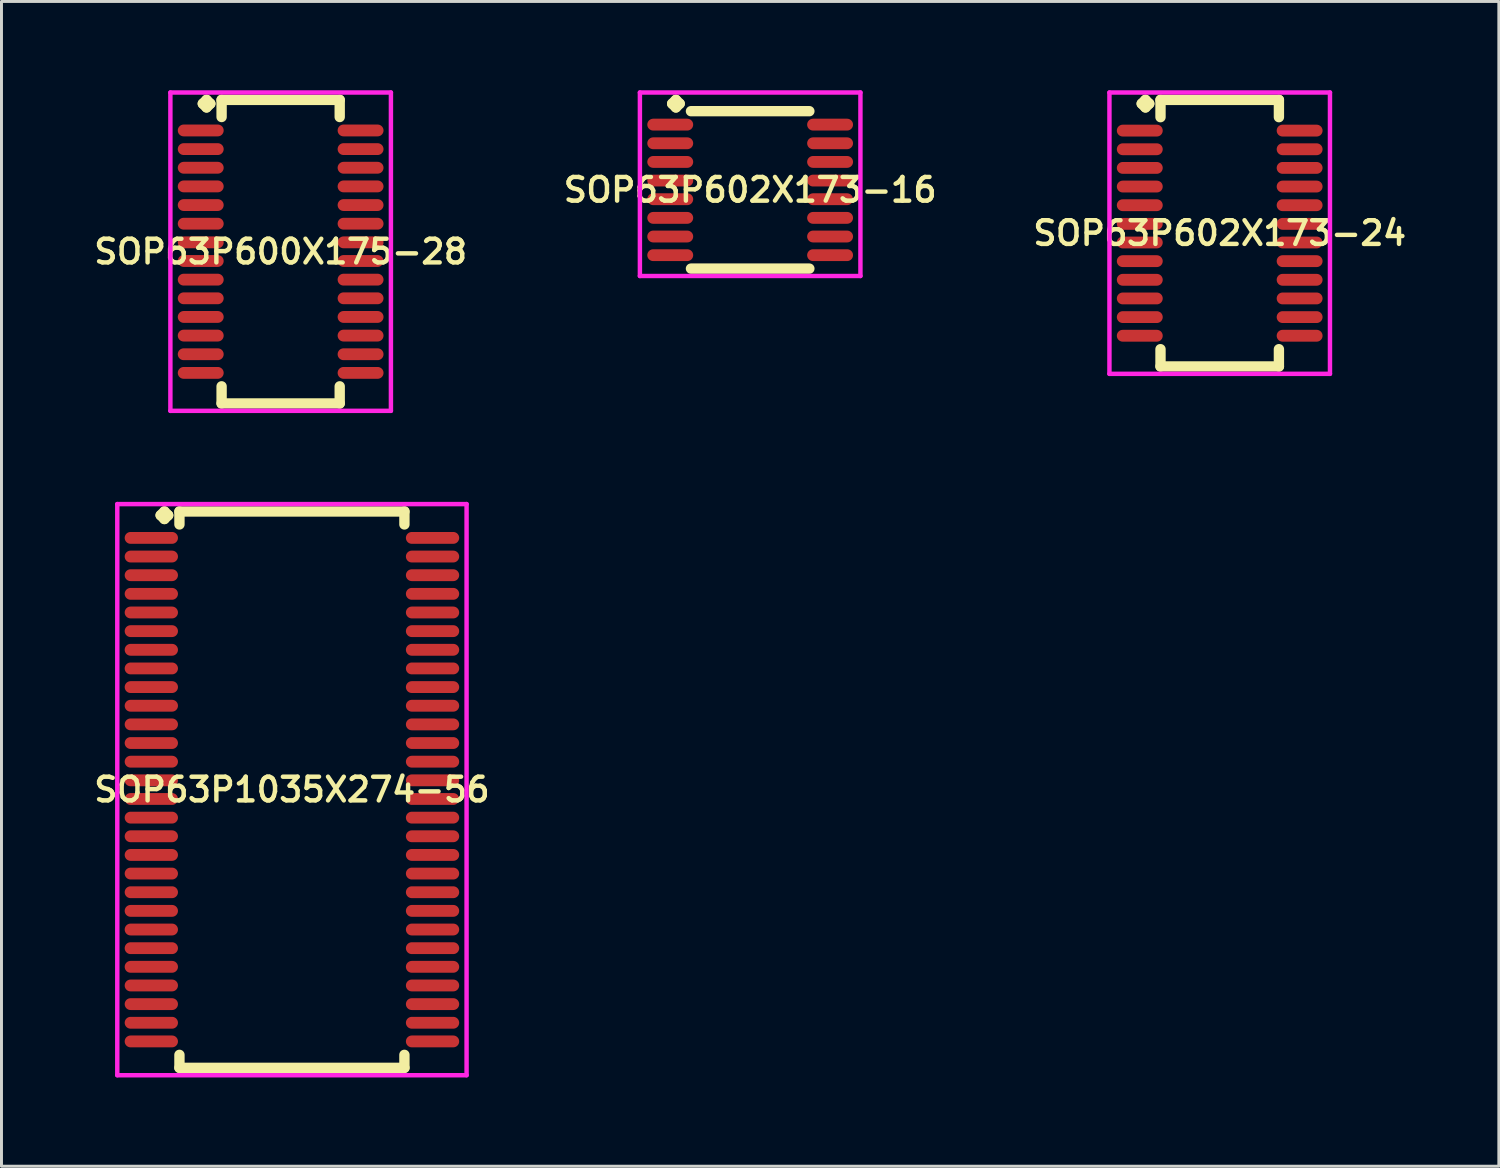
<source format=kicad_pcb>
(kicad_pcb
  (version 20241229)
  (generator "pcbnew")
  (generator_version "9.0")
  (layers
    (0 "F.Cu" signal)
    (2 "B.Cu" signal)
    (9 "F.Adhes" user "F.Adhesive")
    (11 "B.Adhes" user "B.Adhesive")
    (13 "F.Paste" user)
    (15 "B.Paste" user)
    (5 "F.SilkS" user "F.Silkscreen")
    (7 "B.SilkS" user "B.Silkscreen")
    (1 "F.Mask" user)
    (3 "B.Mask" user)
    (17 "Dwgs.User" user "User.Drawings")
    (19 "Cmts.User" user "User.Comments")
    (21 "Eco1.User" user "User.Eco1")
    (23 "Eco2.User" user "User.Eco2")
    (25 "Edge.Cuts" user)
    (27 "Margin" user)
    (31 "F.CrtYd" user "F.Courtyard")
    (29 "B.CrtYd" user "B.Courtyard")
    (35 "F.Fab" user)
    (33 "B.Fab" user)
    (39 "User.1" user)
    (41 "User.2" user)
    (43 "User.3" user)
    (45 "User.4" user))
  (footprint "SOP63P602X173-16"
    (layer "F.Cu")
    (at 22.292 3.365)
    (property "Reference" "SOP63P602X173-16" (at 0 0 0) (layer "F.SilkS") (effects (font (size 0.8 0.8) (thickness 0.15))))
    (attr smd)
    (fp_line (start -2.635 -2.913) (end -2.508 -3.04) (stroke (width 0.35) (type solid)) (layer "F.SilkS"))
    (fp_line (start -2.508 -3.04) (end -2.381 -2.913) (stroke (width 0.35) (type solid)) (layer "F.SilkS"))
    (fp_line (start -2.508 -2.786) (end -2.635 -2.913) (stroke (width 0.35) (type solid)) (layer "F.SilkS"))
    (fp_line (start -2.381 -2.913) (end -2.508 -2.786) (stroke (width 0.35) (type solid)) (layer "F.SilkS"))
    (fp_line (start -2 -2.659) (end 2 -2.659) (stroke (width 0.35) (type solid)) (layer "F.SilkS"))
    (fp_line (start -2 2.659) (end 2 2.659) (stroke (width 0.35) (type solid)) (layer "F.SilkS"))
    (fp_line (start -3.725 -3.29) (end 3.725 -3.29) (stroke (width 0.15) (type solid)) (layer "F.CrtYd"))
    (fp_line (start -3.725 2.909) (end -3.725 -3.29) (stroke (width 0.15) (type solid)) (layer "F.CrtYd"))
    (fp_line (start 3.725 -3.29) (end 3.725 2.909) (stroke (width 0.15) (type solid)) (layer "F.CrtYd"))
    (fp_line (start 3.725 2.909) (end -3.725 2.909) (stroke (width 0.15) (type solid)) (layer "F.CrtYd"))
    (pad "1" smd oval (at -2.7 -2.205) (size 1.55 0.4) (layers "F.Cu" "F.Mask" "F.Paste"))
    (pad "2" smd oval (at -2.7 -1.575) (size 1.55 0.4) (layers "F.Cu" "F.Mask" "F.Paste"))
    (pad "3" smd oval (at -2.7 -0.945) (size 1.55 0.4) (layers "F.Cu" "F.Mask" "F.Paste"))
    (pad "4" smd oval (at -2.7 -0.315) (size 1.55 0.4) (layers "F.Cu" "F.Mask" "F.Paste"))
    (pad "5" smd oval (at -2.7 0.315) (size 1.55 0.4) (layers "F.Cu" "F.Mask" "F.Paste"))
    (pad "6" smd oval (at -2.7 0.945) (size 1.55 0.4) (layers "F.Cu" "F.Mask" "F.Paste"))
    (pad "7" smd oval (at -2.7 1.575) (size 1.55 0.4) (layers "F.Cu" "F.Mask" "F.Paste"))
    (pad "8" smd oval (at -2.7 2.205) (size 1.55 0.4) (layers "F.Cu" "F.Mask" "F.Paste"))
    (pad "9" smd oval (at 2.7 2.205) (size 1.55 0.4) (layers "F.Cu" "F.Mask" "F.Paste"))
    (pad "10" smd oval (at 2.7 1.575) (size 1.55 0.4) (layers "F.Cu" "F.Mask" "F.Paste"))
    (pad "11" smd oval (at 2.7 0.945) (size 1.55 0.4) (layers "F.Cu" "F.Mask" "F.Paste"))
    (pad "12" smd oval (at 2.7 0.315) (size 1.55 0.4) (layers "F.Cu" "F.Mask" "F.Paste"))
    (pad "13" smd oval (at 2.7 -0.315) (size 1.55 0.4) (layers "F.Cu" "F.Mask" "F.Paste"))
    (pad "14" smd oval (at 2.7 -0.945) (size 1.55 0.4) (layers "F.Cu" "F.Mask" "F.Paste"))
    (pad "15" smd oval (at 2.7 -1.575) (size 1.55 0.4) (layers "F.Cu" "F.Mask" "F.Paste"))
    (pad "16" smd oval (at 2.7 -2.205) (size 1.55 0.4) (layers "F.Cu" "F.Mask" "F.Paste")))
  (footprint "SOP63P600X175-28"
    (layer "F.Cu")
    (at 6.431 5.452)
    (property "Reference" "SOP63P600X175-28" (at 0 0 0) (layer "F.SilkS") (effects (font (size 0.8 0.8) (thickness 0.15))))
    (attr smd)
    (fp_line (start -2.63 -5) (end -2.503 -5.127) (stroke (width 0.35) (type solid)) (layer "F.SilkS"))
    (fp_line (start -2.503 -5.127) (end -2.376 -5) (stroke (width 0.35) (type solid)) (layer "F.SilkS"))
    (fp_line (start -2.503 -4.873) (end -2.63 -5) (stroke (width 0.35) (type solid)) (layer "F.SilkS"))
    (fp_line (start -2.376 -5) (end -2.503 -4.873) (stroke (width 0.35) (type solid)) (layer "F.SilkS"))
    (fp_line (start -1.995 -5.127) (end 1.995 -5.127) (stroke (width 0.35) (type solid)) (layer "F.SilkS"))
    (fp_line (start -1.995 -4.549) (end -1.995 -5.127) (stroke (width 0.35) (type solid)) (layer "F.SilkS"))
    (fp_line (start -1.995 4.549) (end -1.995 5.127) (stroke (width 0.35) (type solid)) (layer "F.SilkS"))
    (fp_line (start -1.995 5.127) (end 1.995 5.127) (stroke (width 0.35) (type solid)) (layer "F.SilkS"))
    (fp_line (start 1.995 -5.127) (end 1.995 -4.549) (stroke (width 0.35) (type solid)) (layer "F.SilkS"))
    (fp_line (start 1.995 5.127) (end 1.995 4.549) (stroke (width 0.35) (type solid)) (layer "F.SilkS"))
    (fp_line (start -3.725 -5.377) (end 3.725 -5.377) (stroke (width 0.15) (type solid)) (layer "F.CrtYd"))
    (fp_line (start -3.725 5.377) (end -3.725 -5.377) (stroke (width 0.15) (type solid)) (layer "F.CrtYd"))
    (fp_line (start 3.725 -5.377) (end 3.725 5.377) (stroke (width 0.15) (type solid)) (layer "F.CrtYd"))
    (fp_line (start 3.725 5.377) (end -3.725 5.377) (stroke (width 0.15) (type solid)) (layer "F.CrtYd"))
    (pad "1" smd oval (at -2.7 -4.095) (size 1.55 0.4) (layers "F.Cu" "F.Mask" "F.Paste"))
    (pad "2" smd oval (at -2.7 -3.465) (size 1.55 0.4) (layers "F.Cu" "F.Mask" "F.Paste"))
    (pad "3" smd oval (at -2.7 -2.835) (size 1.55 0.4) (layers "F.Cu" "F.Mask" "F.Paste"))
    (pad "4" smd oval (at -2.7 -2.205) (size 1.55 0.4) (layers "F.Cu" "F.Mask" "F.Paste"))
    (pad "5" smd oval (at -2.7 -1.575) (size 1.55 0.4) (layers "F.Cu" "F.Mask" "F.Paste"))
    (pad "6" smd oval (at -2.7 -0.945) (size 1.55 0.4) (layers "F.Cu" "F.Mask" "F.Paste"))
    (pad "7" smd oval (at -2.7 -0.315) (size 1.55 0.4) (layers "F.Cu" "F.Mask" "F.Paste"))
    (pad "8" smd oval (at -2.7 0.315) (size 1.55 0.4) (layers "F.Cu" "F.Mask" "F.Paste"))
    (pad "9" smd oval (at -2.7 0.945) (size 1.55 0.4) (layers "F.Cu" "F.Mask" "F.Paste"))
    (pad "10" smd oval (at -2.7 1.575) (size 1.55 0.4) (layers "F.Cu" "F.Mask" "F.Paste"))
    (pad "11" smd oval (at -2.7 2.205) (size 1.55 0.4) (layers "F.Cu" "F.Mask" "F.Paste"))
    (pad "12" smd oval (at -2.7 2.835) (size 1.55 0.4) (layers "F.Cu" "F.Mask" "F.Paste"))
    (pad "13" smd oval (at -2.7 3.465) (size 1.55 0.4) (layers "F.Cu" "F.Mask" "F.Paste"))
    (pad "14" smd oval (at -2.7 4.095) (size 1.55 0.4) (layers "F.Cu" "F.Mask" "F.Paste"))
    (pad "15" smd oval (at 2.7 4.095) (size 1.55 0.4) (layers "F.Cu" "F.Mask" "F.Paste"))
    (pad "16" smd oval (at 2.7 3.465) (size 1.55 0.4) (layers "F.Cu" "F.Mask" "F.Paste"))
    (pad "17" smd oval (at 2.7 2.835) (size 1.55 0.4) (layers "F.Cu" "F.Mask" "F.Paste"))
    (pad "18" smd oval (at 2.7 2.205) (size 1.55 0.4) (layers "F.Cu" "F.Mask" "F.Paste"))
    (pad "19" smd oval (at 2.7 1.575) (size 1.55 0.4) (layers "F.Cu" "F.Mask" "F.Paste"))
    (pad "20" smd oval (at 2.7 0.945) (size 1.55 0.4) (layers "F.Cu" "F.Mask" "F.Paste"))
    (pad "21" smd oval (at 2.7 0.315) (size 1.55 0.4) (layers "F.Cu" "F.Mask" "F.Paste"))
    (pad "22" smd oval (at 2.7 -0.315) (size 1.55 0.4) (layers "F.Cu" "F.Mask" "F.Paste"))
    (pad "23" smd oval (at 2.7 -0.945) (size 1.55 0.4) (layers "F.Cu" "F.Mask" "F.Paste"))
    (pad "24" smd oval (at 2.7 -1.575) (size 1.55 0.4) (layers "F.Cu" "F.Mask" "F.Paste"))
    (pad "25" smd oval (at 2.7 -2.205) (size 1.55 0.4) (layers "F.Cu" "F.Mask" "F.Paste"))
    (pad "26" smd oval (at 2.7 -2.835) (size 1.55 0.4) (layers "F.Cu" "F.Mask" "F.Paste"))
    (pad "27" smd oval (at 2.7 -3.465) (size 1.55 0.4) (layers "F.Cu" "F.Mask" "F.Paste"))
    (pad "28" smd oval (at 2.7 -4.095) (size 1.55 0.4) (layers "F.Cu" "F.Mask" "F.Paste")))
  (footprint "SOP63P1035X274-56"
    (layer "F.Cu")
    (at 6.812 23.626)
    (property "Reference" "SOP63P1035X274-56" (at 0 0 0) (layer "F.SilkS") (effects (font (size 0.8 0.8) (thickness 0.15))))
    (attr smd)
    (fp_line (start -4.435 -9.27) (end -4.308 -9.397) (stroke (width 0.35) (type solid)) (layer "F.SilkS"))
    (fp_line (start -4.308 -9.397) (end -4.181 -9.27) (stroke (width 0.35) (type solid)) (layer "F.SilkS"))
    (fp_line (start -4.308 -9.143) (end -4.435 -9.27) (stroke (width 0.35) (type solid)) (layer "F.SilkS"))
    (fp_line (start -4.181 -9.27) (end -4.308 -9.143) (stroke (width 0.35) (type solid)) (layer "F.SilkS"))
    (fp_line (start -3.8 -9.397) (end 3.8 -9.397) (stroke (width 0.35) (type solid)) (layer "F.SilkS"))
    (fp_line (start -3.8 -8.959) (end -3.8 -9.397) (stroke (width 0.35) (type solid)) (layer "F.SilkS"))
    (fp_line (start -3.8 8.959) (end -3.8 9.397) (stroke (width 0.35) (type solid)) (layer "F.SilkS"))
    (fp_line (start -3.8 9.397) (end 3.8 9.397) (stroke (width 0.35) (type solid)) (layer "F.SilkS"))
    (fp_line (start 3.8 -9.397) (end 3.8 -8.959) (stroke (width 0.35) (type solid)) (layer "F.SilkS"))
    (fp_line (start 3.8 9.397) (end 3.8 8.959) (stroke (width 0.35) (type solid)) (layer "F.SilkS"))
    (fp_line (start -5.9 -9.647) (end 5.9 -9.647) (stroke (width 0.15) (type solid)) (layer "F.CrtYd"))
    (fp_line (start -5.9 9.647) (end -5.9 -9.647) (stroke (width 0.15) (type solid)) (layer "F.CrtYd"))
    (fp_line (start 5.9 -9.647) (end 5.9 9.647) (stroke (width 0.15) (type solid)) (layer "F.CrtYd"))
    (fp_line (start 5.9 9.647) (end -5.9 9.647) (stroke (width 0.15) (type solid)) (layer "F.CrtYd"))
    (pad "1" smd oval (at -4.75 -8.505) (size 1.8 0.4) (layers "F.Cu" "F.Mask" "F.Paste"))
    (pad "2" smd oval (at -4.75 -7.875) (size 1.8 0.4) (layers "F.Cu" "F.Mask" "F.Paste"))
    (pad "3" smd oval (at -4.75 -7.245) (size 1.8 0.4) (layers "F.Cu" "F.Mask" "F.Paste"))
    (pad "4" smd oval (at -4.75 -6.615) (size 1.8 0.4) (layers "F.Cu" "F.Mask" "F.Paste"))
    (pad "5" smd oval (at -4.75 -5.985) (size 1.8 0.4) (layers "F.Cu" "F.Mask" "F.Paste"))
    (pad "6" smd oval (at -4.75 -5.355) (size 1.8 0.4) (layers "F.Cu" "F.Mask" "F.Paste"))
    (pad "7" smd oval (at -4.75 -4.725) (size 1.8 0.4) (layers "F.Cu" "F.Mask" "F.Paste"))
    (pad "8" smd oval (at -4.75 -4.095) (size 1.8 0.4) (layers "F.Cu" "F.Mask" "F.Paste"))
    (pad "9" smd oval (at -4.75 -3.465) (size 1.8 0.4) (layers "F.Cu" "F.Mask" "F.Paste"))
    (pad "10" smd oval (at -4.75 -2.835) (size 1.8 0.4) (layers "F.Cu" "F.Mask" "F.Paste"))
    (pad "11" smd oval (at -4.75 -2.205) (size 1.8 0.4) (layers "F.Cu" "F.Mask" "F.Paste"))
    (pad "12" smd oval (at -4.75 -1.575) (size 1.8 0.4) (layers "F.Cu" "F.Mask" "F.Paste"))
    (pad "13" smd oval (at -4.75 -0.945) (size 1.8 0.4) (layers "F.Cu" "F.Mask" "F.Paste"))
    (pad "14" smd oval (at -4.75 -0.315) (size 1.8 0.4) (layers "F.Cu" "F.Mask" "F.Paste"))
    (pad "15" smd oval (at -4.75 0.315) (size 1.8 0.4) (layers "F.Cu" "F.Mask" "F.Paste"))
    (pad "16" smd oval (at -4.75 0.945) (size 1.8 0.4) (layers "F.Cu" "F.Mask" "F.Paste"))
    (pad "17" smd oval (at -4.75 1.575) (size 1.8 0.4) (layers "F.Cu" "F.Mask" "F.Paste"))
    (pad "18" smd oval (at -4.75 2.205) (size 1.8 0.4) (layers "F.Cu" "F.Mask" "F.Paste"))
    (pad "19" smd oval (at -4.75 2.835) (size 1.8 0.4) (layers "F.Cu" "F.Mask" "F.Paste"))
    (pad "20" smd oval (at -4.75 3.465) (size 1.8 0.4) (layers "F.Cu" "F.Mask" "F.Paste"))
    (pad "21" smd oval (at -4.75 4.095) (size 1.8 0.4) (layers "F.Cu" "F.Mask" "F.Paste"))
    (pad "22" smd oval (at -4.75 4.725) (size 1.8 0.4) (layers "F.Cu" "F.Mask" "F.Paste"))
    (pad "23" smd oval (at -4.75 5.355) (size 1.8 0.4) (layers "F.Cu" "F.Mask" "F.Paste"))
    (pad "24" smd oval (at -4.75 5.985) (size 1.8 0.4) (layers "F.Cu" "F.Mask" "F.Paste"))
    (pad "25" smd oval (at -4.75 6.615) (size 1.8 0.4) (layers "F.Cu" "F.Mask" "F.Paste"))
    (pad "26" smd oval (at -4.75 7.245) (size 1.8 0.4) (layers "F.Cu" "F.Mask" "F.Paste"))
    (pad "27" smd oval (at -4.75 7.875) (size 1.8 0.4) (layers "F.Cu" "F.Mask" "F.Paste"))
    (pad "28" smd oval (at -4.75 8.505) (size 1.8 0.4) (layers "F.Cu" "F.Mask" "F.Paste"))
    (pad "29" smd oval (at 4.75 8.505) (size 1.8 0.4) (layers "F.Cu" "F.Mask" "F.Paste"))
    (pad "30" smd oval (at 4.75 7.875) (size 1.8 0.4) (layers "F.Cu" "F.Mask" "F.Paste"))
    (pad "31" smd oval (at 4.75 7.245) (size 1.8 0.4) (layers "F.Cu" "F.Mask" "F.Paste"))
    (pad "32" smd oval (at 4.75 6.615) (size 1.8 0.4) (layers "F.Cu" "F.Mask" "F.Paste"))
    (pad "33" smd oval (at 4.75 5.985) (size 1.8 0.4) (layers "F.Cu" "F.Mask" "F.Paste"))
    (pad "34" smd oval (at 4.75 5.355) (size 1.8 0.4) (layers "F.Cu" "F.Mask" "F.Paste"))
    (pad "35" smd oval (at 4.75 4.725) (size 1.8 0.4) (layers "F.Cu" "F.Mask" "F.Paste"))
    (pad "36" smd oval (at 4.75 4.095) (size 1.8 0.4) (layers "F.Cu" "F.Mask" "F.Paste"))
    (pad "37" smd oval (at 4.75 3.465) (size 1.8 0.4) (layers "F.Cu" "F.Mask" "F.Paste"))
    (pad "38" smd oval (at 4.75 2.835) (size 1.8 0.4) (layers "F.Cu" "F.Mask" "F.Paste"))
    (pad "39" smd oval (at 4.75 2.205) (size 1.8 0.4) (layers "F.Cu" "F.Mask" "F.Paste"))
    (pad "40" smd oval (at 4.75 1.575) (size 1.8 0.4) (layers "F.Cu" "F.Mask" "F.Paste"))
    (pad "41" smd oval (at 4.75 0.945) (size 1.8 0.4) (layers "F.Cu" "F.Mask" "F.Paste"))
    (pad "42" smd oval (at 4.75 0.315) (size 1.8 0.4) (layers "F.Cu" "F.Mask" "F.Paste"))
    (pad "43" smd oval (at 4.75 -0.315) (size 1.8 0.4) (layers "F.Cu" "F.Mask" "F.Paste"))
    (pad "44" smd oval (at 4.75 -0.945) (size 1.8 0.4) (layers "F.Cu" "F.Mask" "F.Paste"))
    (pad "45" smd oval (at 4.75 -1.575) (size 1.8 0.4) (layers "F.Cu" "F.Mask" "F.Paste"))
    (pad "46" smd oval (at 4.75 -2.205) (size 1.8 0.4) (layers "F.Cu" "F.Mask" "F.Paste"))
    (pad "47" smd oval (at 4.75 -2.835) (size 1.8 0.4) (layers "F.Cu" "F.Mask" "F.Paste"))
    (pad "48" smd oval (at 4.75 -3.465) (size 1.8 0.4) (layers "F.Cu" "F.Mask" "F.Paste"))
    (pad "49" smd oval (at 4.75 -4.095) (size 1.8 0.4) (layers "F.Cu" "F.Mask" "F.Paste"))
    (pad "50" smd oval (at 4.75 -4.725) (size 1.8 0.4) (layers "F.Cu" "F.Mask" "F.Paste"))
    (pad "51" smd oval (at 4.75 -5.355) (size 1.8 0.4) (layers "F.Cu" "F.Mask" "F.Paste"))
    (pad "52" smd oval (at 4.75 -5.985) (size 1.8 0.4) (layers "F.Cu" "F.Mask" "F.Paste"))
    (pad "53" smd oval (at 4.75 -6.615) (size 1.8 0.4) (layers "F.Cu" "F.Mask" "F.Paste"))
    (pad "54" smd oval (at 4.75 -7.245) (size 1.8 0.4) (layers "F.Cu" "F.Mask" "F.Paste"))
    (pad "55" smd oval (at 4.75 -7.875) (size 1.8 0.4) (layers "F.Cu" "F.Mask" "F.Paste"))
    (pad "56" smd oval (at 4.75 -8.505) (size 1.8 0.4) (layers "F.Cu" "F.Mask" "F.Paste")))
  (footprint "SOP63P602X173-24"
    (layer "F.Cu")
    (at 38.154 4.827)
    (property "Reference" "SOP63P602X173-24" (at 0 0 0) (layer "F.SilkS") (effects (font (size 0.8 0.8) (thickness 0.15))))
    (attr smd)
    (fp_line (start -2.635 -4.375) (end -2.508 -4.502) (stroke (width 0.35) (type solid)) (layer "F.SilkS"))
    (fp_line (start -2.508 -4.502) (end -2.381 -4.375) (stroke (width 0.35) (type solid)) (layer "F.SilkS"))
    (fp_line (start -2.508 -4.248) (end -2.635 -4.375) (stroke (width 0.35) (type solid)) (layer "F.SilkS"))
    (fp_line (start -2.381 -4.375) (end -2.508 -4.248) (stroke (width 0.35) (type solid)) (layer "F.SilkS"))
    (fp_line (start -2 -4.502) (end 2 -4.502) (stroke (width 0.35) (type solid)) (layer "F.SilkS"))
    (fp_line (start -2 -3.919) (end -2 -4.502) (stroke (width 0.35) (type solid)) (layer "F.SilkS"))
    (fp_line (start -2 3.919) (end -2 4.502) (stroke (width 0.35) (type solid)) (layer "F.SilkS"))
    (fp_line (start -2 4.502) (end 2 4.502) (stroke (width 0.35) (type solid)) (layer "F.SilkS"))
    (fp_line (start 2 -4.502) (end 2 -3.919) (stroke (width 0.35) (type solid)) (layer "F.SilkS"))
    (fp_line (start 2 4.502) (end 2 3.919) (stroke (width 0.35) (type solid)) (layer "F.SilkS"))
    (fp_line (start -3.725 -4.752) (end 3.725 -4.752) (stroke (width 0.15) (type solid)) (layer "F.CrtYd"))
    (fp_line (start -3.725 4.752) (end -3.725 -4.752) (stroke (width 0.15) (type solid)) (layer "F.CrtYd"))
    (fp_line (start 3.725 -4.752) (end 3.725 4.752) (stroke (width 0.15) (type solid)) (layer "F.CrtYd"))
    (fp_line (start 3.725 4.752) (end -3.725 4.752) (stroke (width 0.15) (type solid)) (layer "F.CrtYd"))
    (pad "1" smd oval (at -2.7 -3.465) (size 1.55 0.4) (layers "F.Cu" "F.Mask" "F.Paste"))
    (pad "2" smd oval (at -2.7 -2.835) (size 1.55 0.4) (layers "F.Cu" "F.Mask" "F.Paste"))
    (pad "3" smd oval (at -2.7 -2.205) (size 1.55 0.4) (layers "F.Cu" "F.Mask" "F.Paste"))
    (pad "4" smd oval (at -2.7 -1.575) (size 1.55 0.4) (layers "F.Cu" "F.Mask" "F.Paste"))
    (pad "5" smd oval (at -2.7 -0.945) (size 1.55 0.4) (layers "F.Cu" "F.Mask" "F.Paste"))
    (pad "6" smd oval (at -2.7 -0.315) (size 1.55 0.4) (layers "F.Cu" "F.Mask" "F.Paste"))
    (pad "7" smd oval (at -2.7 0.315) (size 1.55 0.4) (layers "F.Cu" "F.Mask" "F.Paste"))
    (pad "8" smd oval (at -2.7 0.945) (size 1.55 0.4) (layers "F.Cu" "F.Mask" "F.Paste"))
    (pad "9" smd oval (at -2.7 1.575) (size 1.55 0.4) (layers "F.Cu" "F.Mask" "F.Paste"))
    (pad "10" smd oval (at -2.7 2.205) (size 1.55 0.4) (layers "F.Cu" "F.Mask" "F.Paste"))
    (pad "11" smd oval (at -2.7 2.835) (size 1.55 0.4) (layers "F.Cu" "F.Mask" "F.Paste"))
    (pad "12" smd oval (at -2.7 3.465) (size 1.55 0.4) (layers "F.Cu" "F.Mask" "F.Paste"))
    (pad "13" smd oval (at 2.7 3.465) (size 1.55 0.4) (layers "F.Cu" "F.Mask" "F.Paste"))
    (pad "14" smd oval (at 2.7 2.835) (size 1.55 0.4) (layers "F.Cu" "F.Mask" "F.Paste"))
    (pad "15" smd oval (at 2.7 2.205) (size 1.55 0.4) (layers "F.Cu" "F.Mask" "F.Paste"))
    (pad "16" smd oval (at 2.7 1.575) (size 1.55 0.4) (layers "F.Cu" "F.Mask" "F.Paste"))
    (pad "17" smd oval (at 2.7 0.945) (size 1.55 0.4) (layers "F.Cu" "F.Mask" "F.Paste"))
    (pad "18" smd oval (at 2.7 0.315) (size 1.55 0.4) (layers "F.Cu" "F.Mask" "F.Paste"))
    (pad "19" smd oval (at 2.7 -0.315) (size 1.55 0.4) (layers "F.Cu" "F.Mask" "F.Paste"))
    (pad "20" smd oval (at 2.7 -0.945) (size 1.55 0.4) (layers "F.Cu" "F.Mask" "F.Paste"))
    (pad "21" smd oval (at 2.7 -1.575) (size 1.55 0.4) (layers "F.Cu" "F.Mask" "F.Paste"))
    (pad "22" smd oval (at 2.7 -2.205) (size 1.55 0.4) (layers "F.Cu" "F.Mask" "F.Paste"))
    (pad "23" smd oval (at 2.7 -2.835) (size 1.55 0.4) (layers "F.Cu" "F.Mask" "F.Paste"))
    (pad "24" smd oval (at 2.7 -3.465) (size 1.55 0.4) (layers "F.Cu" "F.Mask" "F.Paste")))
  (gr_rect
    (start -3 -3)
    (end 47.584 36.348)
    (stroke (width 0.1) (type default))
    (fill no)
    (layer "Edge.Cuts")))
</source>
